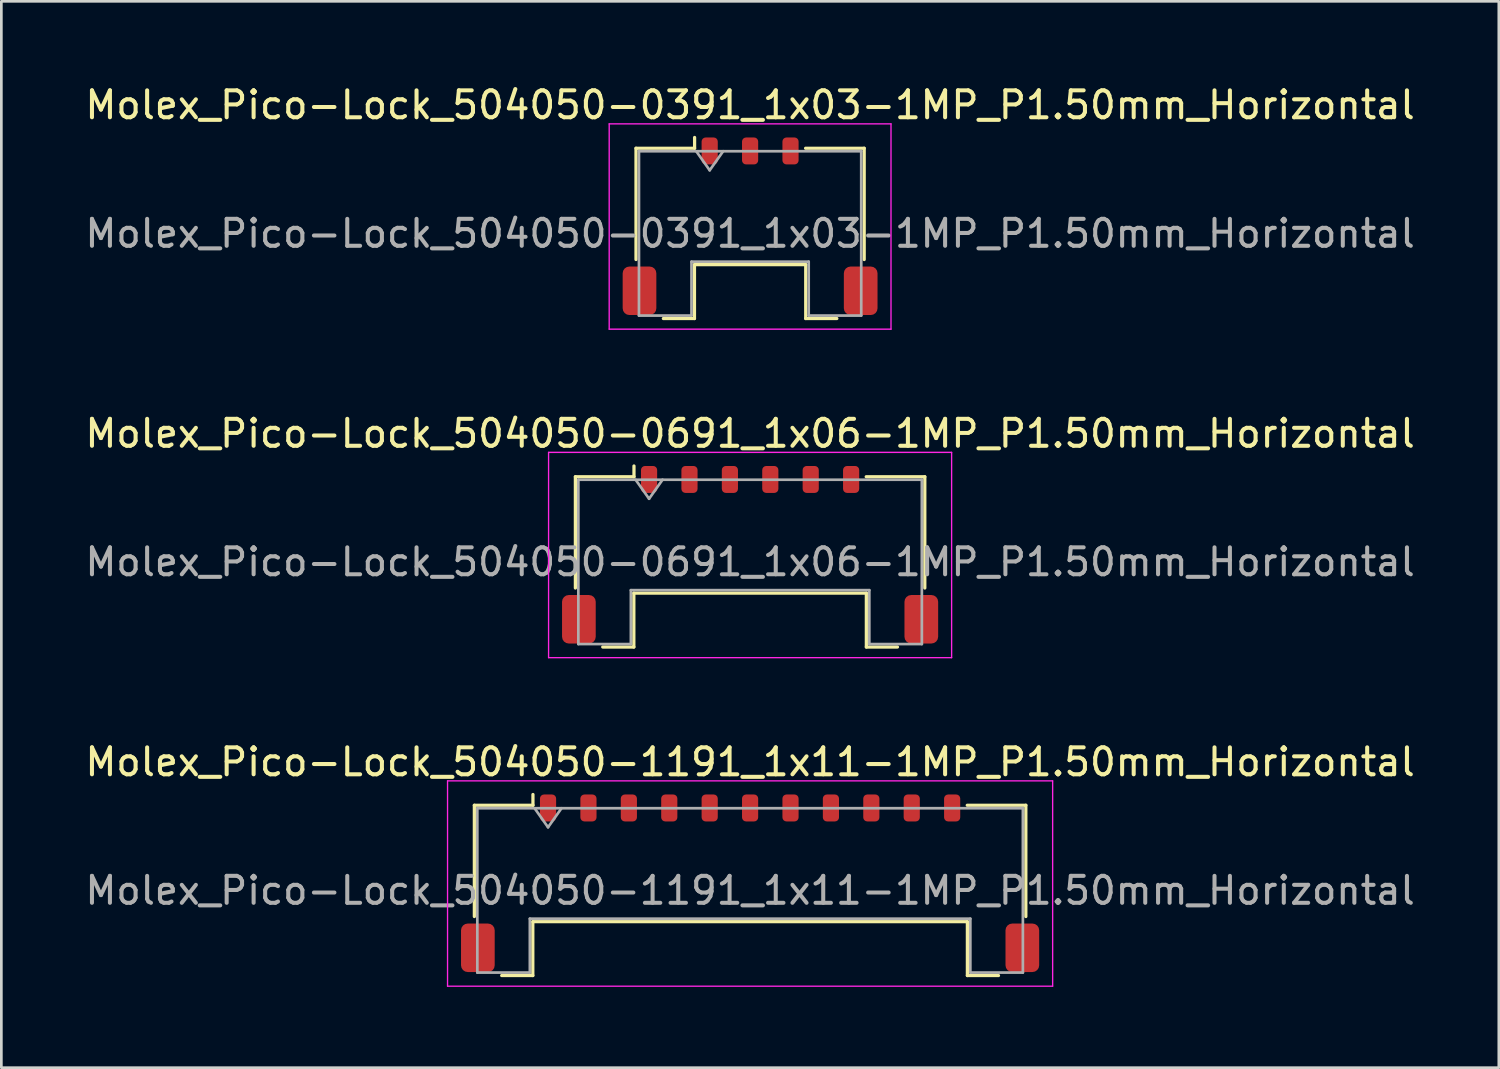
<source format=kicad_pcb>
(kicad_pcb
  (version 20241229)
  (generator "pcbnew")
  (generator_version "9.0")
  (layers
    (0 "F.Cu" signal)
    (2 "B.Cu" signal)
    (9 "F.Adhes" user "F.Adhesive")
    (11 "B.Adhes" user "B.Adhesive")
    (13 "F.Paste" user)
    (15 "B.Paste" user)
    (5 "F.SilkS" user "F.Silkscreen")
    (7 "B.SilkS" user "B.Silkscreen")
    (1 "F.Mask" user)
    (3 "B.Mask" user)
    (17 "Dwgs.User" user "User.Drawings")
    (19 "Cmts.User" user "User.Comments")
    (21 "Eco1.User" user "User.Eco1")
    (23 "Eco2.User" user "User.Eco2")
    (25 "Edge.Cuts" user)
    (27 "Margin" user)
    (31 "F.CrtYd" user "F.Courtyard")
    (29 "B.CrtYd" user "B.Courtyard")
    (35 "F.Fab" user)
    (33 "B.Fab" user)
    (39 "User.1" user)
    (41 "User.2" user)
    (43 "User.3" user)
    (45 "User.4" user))
  (footprint "Molex_Pico-Lock_504050-0691_1x06-1MP_P1.50mm_Horizontal"
    (layer "F.Cu")
    (at 24.792 17.541)
    (property "Reference" "Molex_Pico-Lock_504050-0691_1x06-1MP_P1.50mm_Horizontal" (at 0 -4.5 0) (layer "F.SilkS") (effects (font (size 1 1) (thickness 0.15))))
    (attr smd)
    (fp_line (start -6.485 -2.895) (end -4.31 -2.895) (stroke (width 0.12) (type solid)) (layer "F.SilkS"))
    (fp_line (start -6.485 1.235) (end -6.485 -2.895) (stroke (width 0.12) (type solid)) (layer "F.SilkS"))
    (fp_line (start -5.47 3.425) (end -4.315 3.425) (stroke (width 0.12) (type solid)) (layer "F.SilkS"))
    (fp_line (start -4.315 1.425) (end 4.315 1.425) (stroke (width 0.12) (type solid)) (layer "F.SilkS"))
    (fp_line (start -4.315 3.425) (end -4.315 1.425) (stroke (width 0.12) (type solid)) (layer "F.SilkS"))
    (fp_line (start -4.31 -2.895) (end -4.31 -3.295) (stroke (width 0.12) (type solid)) (layer "F.SilkS"))
    (fp_line (start 4.315 1.425) (end 4.315 3.425) (stroke (width 0.12) (type solid)) (layer "F.SilkS"))
    (fp_line (start 4.315 3.425) (end 5.47 3.425) (stroke (width 0.12) (type solid)) (layer "F.SilkS"))
    (fp_line (start 6.485 -2.895) (end 4.31 -2.895) (stroke (width 0.12) (type solid)) (layer "F.SilkS"))
    (fp_line (start 6.485 1.235) (end 6.485 -2.895) (stroke (width 0.12) (type solid)) (layer "F.SilkS"))
    (fp_line (start -7.48 -3.8) (end -7.48 3.82) (stroke (width 0.05) (type solid)) (layer "F.CrtYd"))
    (fp_line (start -7.48 3.82) (end 7.48 3.82) (stroke (width 0.05) (type solid)) (layer "F.CrtYd"))
    (fp_line (start 7.48 -3.8) (end -7.48 -3.8) (stroke (width 0.05) (type solid)) (layer "F.CrtYd"))
    (fp_line (start 7.48 3.82) (end 7.48 -3.8) (stroke (width 0.05) (type solid)) (layer "F.CrtYd"))
    (fp_line (start -6.375 -2.785) (end -6.375 3.315) (stroke (width 0.1) (type solid)) (layer "F.Fab"))
    (fp_line (start -6.375 -2.785) (end 6.375 -2.785) (stroke (width 0.1) (type solid)) (layer "F.Fab"))
    (fp_line (start -6.375 3.315) (end -4.425 3.315) (stroke (width 0.1) (type solid)) (layer "F.Fab"))
    (fp_line (start -4.425 1.315) (end 4.425 1.315) (stroke (width 0.1) (type solid)) (layer "F.Fab"))
    (fp_line (start -4.425 3.315) (end -4.425 1.315) (stroke (width 0.1) (type solid)) (layer "F.Fab"))
    (fp_line (start -4.25 -2.785) (end -3.75 -2.078) (stroke (width 0.1) (type solid)) (layer "F.Fab"))
    (fp_line (start -3.75 -2.078) (end -3.25 -2.785) (stroke (width 0.1) (type solid)) (layer "F.Fab"))
    (fp_line (start 4.425 1.315) (end 4.425 3.315) (stroke (width 0.1) (type solid)) (layer "F.Fab"))
    (fp_line (start 4.425 3.315) (end 6.375 3.315) (stroke (width 0.1) (type solid)) (layer "F.Fab"))
    (fp_line (start 6.375 -2.785) (end 6.375 3.315) (stroke (width 0.1) (type solid)) (layer "F.Fab"))
    (fp_text user "${REFERENCE}" (at 0 0.27 0) (layer "F.Fab") (effects (font (size 1 1) (thickness 0.15))))
    (pad "1" smd roundrect (at -3.75 -2.795) (size 0.6 1) (layers "F.Cu" "F.Mask" "F.Paste") (roundrect_rratio 0.25))
    (pad "2" smd roundrect (at -2.25 -2.795) (size 0.6 1) (layers "F.Cu" "F.Mask" "F.Paste") (roundrect_rratio 0.25))
    (pad "3" smd roundrect (at -0.75 -2.795) (size 0.6 1) (layers "F.Cu" "F.Mask" "F.Paste") (roundrect_rratio 0.25))
    (pad "4" smd roundrect (at 0.75 -2.795) (size 0.6 1) (layers "F.Cu" "F.Mask" "F.Paste") (roundrect_rratio 0.25))
    (pad "5" smd roundrect (at 2.25 -2.795) (size 0.6 1) (layers "F.Cu" "F.Mask" "F.Paste") (roundrect_rratio 0.25))
    (pad "6" smd roundrect (at 3.75 -2.795) (size 0.6 1) (layers "F.Cu" "F.Mask" "F.Paste") (roundrect_rratio 0.25))
    (pad "MP" smd roundrect (at -6.355 2.395) (size 1.25 1.8) (layers "F.Cu" "F.Mask" "F.Paste") (roundrect_rratio 0.2))
    (pad "MP" smd roundrect (at 6.355 2.395) (size 1.25 1.8) (layers "F.Cu" "F.Mask" "F.Paste") (roundrect_rratio 0.2)))
  (footprint "Molex_Pico-Lock_504050-1191_1x11-1MP_P1.50mm_Horizontal"
    (layer "F.Cu")
    (at 24.792 29.735)
    (property "Reference" "Molex_Pico-Lock_504050-1191_1x11-1MP_P1.50mm_Horizontal" (at 0 -4.5 0) (layer "F.SilkS") (effects (font (size 1 1) (thickness 0.15))))
    (attr smd)
    (fp_line (start -10.235 -2.895) (end -8.06 -2.895) (stroke (width 0.12) (type solid)) (layer "F.SilkS"))
    (fp_line (start -10.235 1.235) (end -10.235 -2.895) (stroke (width 0.12) (type solid)) (layer "F.SilkS"))
    (fp_line (start -9.22 3.425) (end -8.065 3.425) (stroke (width 0.12) (type solid)) (layer "F.SilkS"))
    (fp_line (start -8.065 1.425) (end 8.065 1.425) (stroke (width 0.12) (type solid)) (layer "F.SilkS"))
    (fp_line (start -8.065 3.425) (end -8.065 1.425) (stroke (width 0.12) (type solid)) (layer "F.SilkS"))
    (fp_line (start -8.06 -2.895) (end -8.06 -3.295) (stroke (width 0.12) (type solid)) (layer "F.SilkS"))
    (fp_line (start 8.065 1.425) (end 8.065 3.425) (stroke (width 0.12) (type solid)) (layer "F.SilkS"))
    (fp_line (start 8.065 3.425) (end 9.22 3.425) (stroke (width 0.12) (type solid)) (layer "F.SilkS"))
    (fp_line (start 10.235 -2.895) (end 8.06 -2.895) (stroke (width 0.12) (type solid)) (layer "F.SilkS"))
    (fp_line (start 10.235 1.235) (end 10.235 -2.895) (stroke (width 0.12) (type solid)) (layer "F.SilkS"))
    (fp_line (start -11.23 -3.8) (end -11.23 3.82) (stroke (width 0.05) (type solid)) (layer "F.CrtYd"))
    (fp_line (start -11.23 3.82) (end 11.23 3.82) (stroke (width 0.05) (type solid)) (layer "F.CrtYd"))
    (fp_line (start 11.23 -3.8) (end -11.23 -3.8) (stroke (width 0.05) (type solid)) (layer "F.CrtYd"))
    (fp_line (start 11.23 3.82) (end 11.23 -3.8) (stroke (width 0.05) (type solid)) (layer "F.CrtYd"))
    (fp_line (start -10.125 -2.785) (end -10.125 3.315) (stroke (width 0.1) (type solid)) (layer "F.Fab"))
    (fp_line (start -10.125 -2.785) (end 10.125 -2.785) (stroke (width 0.1) (type solid)) (layer "F.Fab"))
    (fp_line (start -10.125 3.315) (end -8.175 3.315) (stroke (width 0.1) (type solid)) (layer "F.Fab"))
    (fp_line (start -8.175 1.315) (end 8.175 1.315) (stroke (width 0.1) (type solid)) (layer "F.Fab"))
    (fp_line (start -8.175 3.315) (end -8.175 1.315) (stroke (width 0.1) (type solid)) (layer "F.Fab"))
    (fp_line (start -8 -2.785) (end -7.5 -2.078) (stroke (width 0.1) (type solid)) (layer "F.Fab"))
    (fp_line (start -7.5 -2.078) (end -7 -2.785) (stroke (width 0.1) (type solid)) (layer "F.Fab"))
    (fp_line (start 8.175 1.315) (end 8.175 3.315) (stroke (width 0.1) (type solid)) (layer "F.Fab"))
    (fp_line (start 8.175 3.315) (end 10.125 3.315) (stroke (width 0.1) (type solid)) (layer "F.Fab"))
    (fp_line (start 10.125 -2.785) (end 10.125 3.315) (stroke (width 0.1) (type solid)) (layer "F.Fab"))
    (fp_text user "${REFERENCE}" (at 0 0.27 0) (layer "F.Fab") (effects (font (size 1 1) (thickness 0.15))))
    (pad "1" smd roundrect (at -7.5 -2.795) (size 0.6 1) (layers "F.Cu" "F.Mask" "F.Paste") (roundrect_rratio 0.25))
    (pad "2" smd roundrect (at -6 -2.795) (size 0.6 1) (layers "F.Cu" "F.Mask" "F.Paste") (roundrect_rratio 0.25))
    (pad "3" smd roundrect (at -4.5 -2.795) (size 0.6 1) (layers "F.Cu" "F.Mask" "F.Paste") (roundrect_rratio 0.25))
    (pad "4" smd roundrect (at -3 -2.795) (size 0.6 1) (layers "F.Cu" "F.Mask" "F.Paste") (roundrect_rratio 0.25))
    (pad "5" smd roundrect (at -1.5 -2.795) (size 0.6 1) (layers "F.Cu" "F.Mask" "F.Paste") (roundrect_rratio 0.25))
    (pad "6" smd roundrect (at 0 -2.795) (size 0.6 1) (layers "F.Cu" "F.Mask" "F.Paste") (roundrect_rratio 0.25))
    (pad "7" smd roundrect (at 1.5 -2.795) (size 0.6 1) (layers "F.Cu" "F.Mask" "F.Paste") (roundrect_rratio 0.25))
    (pad "8" smd roundrect (at 3 -2.795) (size 0.6 1) (layers "F.Cu" "F.Mask" "F.Paste") (roundrect_rratio 0.25))
    (pad "9" smd roundrect (at 4.5 -2.795) (size 0.6 1) (layers "F.Cu" "F.Mask" "F.Paste") (roundrect_rratio 0.25))
    (pad "10" smd roundrect (at 6 -2.795) (size 0.6 1) (layers "F.Cu" "F.Mask" "F.Paste") (roundrect_rratio 0.25))
    (pad "11" smd roundrect (at 7.5 -2.795) (size 0.6 1) (layers "F.Cu" "F.Mask" "F.Paste") (roundrect_rratio 0.25))
    (pad "MP" smd roundrect (at -10.105 2.395) (size 1.25 1.8) (layers "F.Cu" "F.Mask" "F.Paste") (roundrect_rratio 0.2))
    (pad "MP" smd roundrect (at 10.105 2.395) (size 1.25 1.8) (layers "F.Cu" "F.Mask" "F.Paste") (roundrect_rratio 0.2)))
  (footprint "Molex_Pico-Lock_504050-0391_1x03-1MP_P1.50mm_Horizontal"
    (layer "F.Cu")
    (at 24.792 5.348)
    (property "Reference" "Molex_Pico-Lock_504050-0391_1x03-1MP_P1.50mm_Horizontal" (at 0 -4.5 0) (layer "F.SilkS") (effects (font (size 1 1) (thickness 0.15))))
    (attr smd)
    (fp_line (start -4.235 -2.895) (end -2.06 -2.895) (stroke (width 0.12) (type solid)) (layer "F.SilkS"))
    (fp_line (start -4.235 1.235) (end -4.235 -2.895) (stroke (width 0.12) (type solid)) (layer "F.SilkS"))
    (fp_line (start -3.22 3.425) (end -2.065 3.425) (stroke (width 0.12) (type solid)) (layer "F.SilkS"))
    (fp_line (start -2.065 1.425) (end 2.065 1.425) (stroke (width 0.12) (type solid)) (layer "F.SilkS"))
    (fp_line (start -2.065 3.425) (end -2.065 1.425) (stroke (width 0.12) (type solid)) (layer "F.SilkS"))
    (fp_line (start -2.06 -2.895) (end -2.06 -3.295) (stroke (width 0.12) (type solid)) (layer "F.SilkS"))
    (fp_line (start 2.065 1.425) (end 2.065 3.425) (stroke (width 0.12) (type solid)) (layer "F.SilkS"))
    (fp_line (start 2.065 3.425) (end 3.22 3.425) (stroke (width 0.12) (type solid)) (layer "F.SilkS"))
    (fp_line (start 4.235 -2.895) (end 2.06 -2.895) (stroke (width 0.12) (type solid)) (layer "F.SilkS"))
    (fp_line (start 4.235 1.235) (end 4.235 -2.895) (stroke (width 0.12) (type solid)) (layer "F.SilkS"))
    (fp_line (start -5.23 -3.8) (end -5.23 3.82) (stroke (width 0.05) (type solid)) (layer "F.CrtYd"))
    (fp_line (start -5.23 3.82) (end 5.23 3.82) (stroke (width 0.05) (type solid)) (layer "F.CrtYd"))
    (fp_line (start 5.23 -3.8) (end -5.23 -3.8) (stroke (width 0.05) (type solid)) (layer "F.CrtYd"))
    (fp_line (start 5.23 3.82) (end 5.23 -3.8) (stroke (width 0.05) (type solid)) (layer "F.CrtYd"))
    (fp_line (start -4.125 -2.785) (end -4.125 3.315) (stroke (width 0.1) (type solid)) (layer "F.Fab"))
    (fp_line (start -4.125 -2.785) (end 4.125 -2.785) (stroke (width 0.1) (type solid)) (layer "F.Fab"))
    (fp_line (start -4.125 3.315) (end -2.175 3.315) (stroke (width 0.1) (type solid)) (layer "F.Fab"))
    (fp_line (start -2.175 1.315) (end 2.175 1.315) (stroke (width 0.1) (type solid)) (layer "F.Fab"))
    (fp_line (start -2.175 3.315) (end -2.175 1.315) (stroke (width 0.1) (type solid)) (layer "F.Fab"))
    (fp_line (start -2 -2.785) (end -1.5 -2.078) (stroke (width 0.1) (type solid)) (layer "F.Fab"))
    (fp_line (start -1.5 -2.078) (end -1 -2.785) (stroke (width 0.1) (type solid)) (layer "F.Fab"))
    (fp_line (start 2.175 1.315) (end 2.175 3.315) (stroke (width 0.1) (type solid)) (layer "F.Fab"))
    (fp_line (start 2.175 3.315) (end 4.125 3.315) (stroke (width 0.1) (type solid)) (layer "F.Fab"))
    (fp_line (start 4.125 -2.785) (end 4.125 3.315) (stroke (width 0.1) (type solid)) (layer "F.Fab"))
    (fp_text user "${REFERENCE}" (at 0 0.27 0) (layer "F.Fab") (effects (font (size 1 1) (thickness 0.15))))
    (pad "1" smd roundrect (at -1.5 -2.795) (size 0.6 1) (layers "F.Cu" "F.Mask" "F.Paste") (roundrect_rratio 0.25))
    (pad "2" smd roundrect (at 0 -2.795) (size 0.6 1) (layers "F.Cu" "F.Mask" "F.Paste") (roundrect_rratio 0.25))
    (pad "3" smd roundrect (at 1.5 -2.795) (size 0.6 1) (layers "F.Cu" "F.Mask" "F.Paste") (roundrect_rratio 0.25))
    (pad "MP" smd roundrect (at -4.105 2.395) (size 1.25 1.8) (layers "F.Cu" "F.Mask" "F.Paste") (roundrect_rratio 0.2))
    (pad "MP" smd roundrect (at 4.105 2.395) (size 1.25 1.8) (layers "F.Cu" "F.Mask" "F.Paste") (roundrect_rratio 0.2)))
  (gr_rect
    (start -3 -3)
    (end 52.583 36.58)
    (stroke (width 0.1) (type default))
    (fill no)
    (layer "Edge.Cuts")))
</source>
